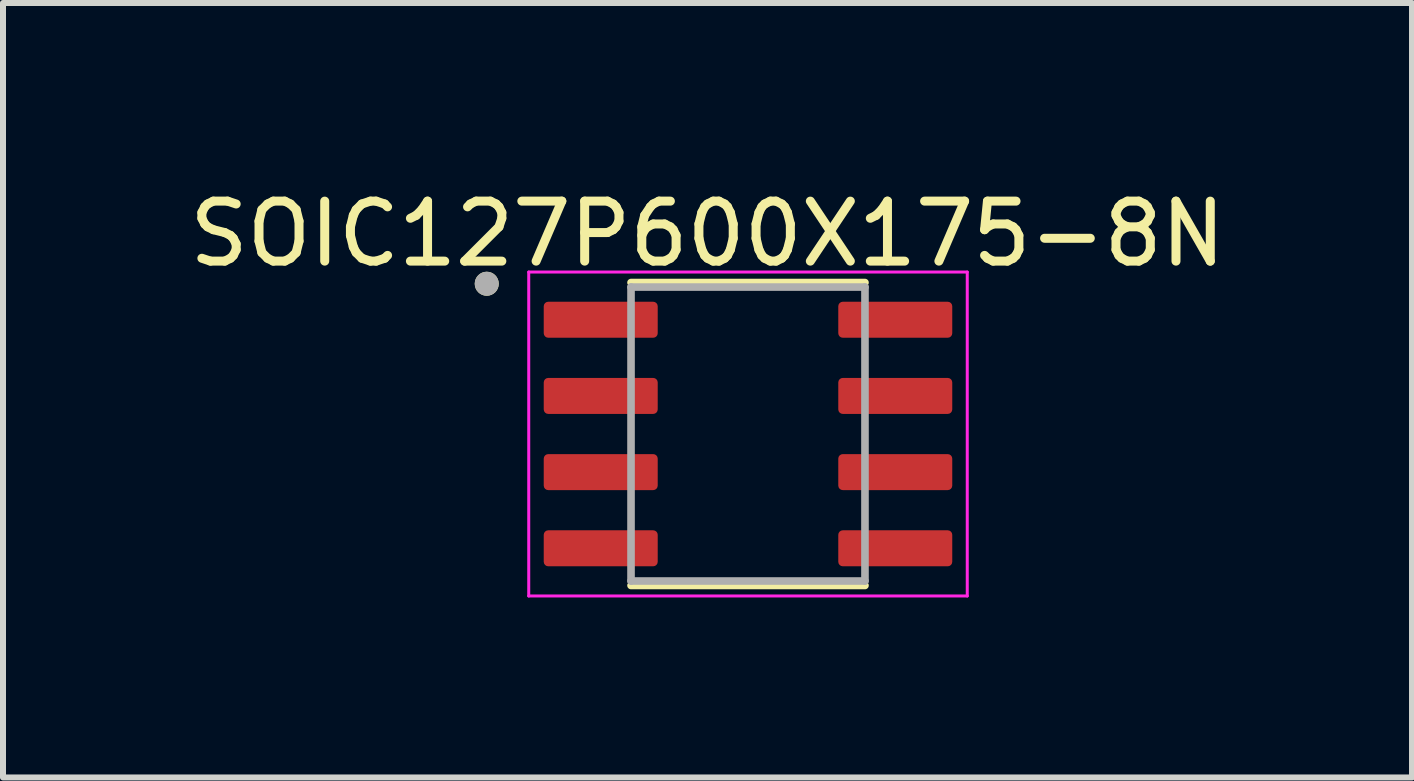
<source format=kicad_pcb>
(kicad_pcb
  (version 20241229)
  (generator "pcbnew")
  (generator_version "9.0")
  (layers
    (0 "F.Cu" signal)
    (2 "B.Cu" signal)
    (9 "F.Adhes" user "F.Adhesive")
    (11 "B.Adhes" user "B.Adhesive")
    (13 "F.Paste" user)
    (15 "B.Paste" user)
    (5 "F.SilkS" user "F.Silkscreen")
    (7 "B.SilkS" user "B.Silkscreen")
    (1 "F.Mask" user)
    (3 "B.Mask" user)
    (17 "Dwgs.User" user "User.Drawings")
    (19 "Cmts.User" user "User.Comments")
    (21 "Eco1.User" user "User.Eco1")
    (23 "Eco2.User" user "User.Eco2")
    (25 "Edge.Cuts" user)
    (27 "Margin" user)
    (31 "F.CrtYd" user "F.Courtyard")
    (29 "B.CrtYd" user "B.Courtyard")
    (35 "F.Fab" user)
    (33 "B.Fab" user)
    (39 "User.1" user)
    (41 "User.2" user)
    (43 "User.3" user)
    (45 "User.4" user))
  (footprint "SOIC127P600X175-8N"
    (layer "F.Cu")
    (at 9.419 4.185)
    (property "Reference" "SOIC127P600X175-8N" (at -0.675 -3.337 0) (layer "F.SilkS") (effects (font (size 1 1) (thickness 0.15))))
    (attr smd)
    (fp_line (start -1.95 -2.525) (end 1.95 -2.525) (stroke (width 0.127) (type solid)) (layer "F.SilkS"))
    (fp_line (start -1.95 2.525) (end 1.95 2.525) (stroke (width 0.127) (type solid)) (layer "F.SilkS"))
    (fp_circle (center -4.355 -2.505) (end -4.255 -2.505) (stroke (width 0.2) (type solid)) (fill no) (layer "F.SilkS"))
    (fp_line (start -3.655 -2.7) (end -3.655 2.7) (stroke (width 0.05) (type solid)) (layer "F.CrtYd"))
    (fp_line (start -3.655 -2.7) (end 3.655 -2.7) (stroke (width 0.05) (type solid)) (layer "F.CrtYd"))
    (fp_line (start -3.655 2.7) (end 3.655 2.7) (stroke (width 0.05) (type solid)) (layer "F.CrtYd"))
    (fp_line (start 3.655 -2.7) (end 3.655 2.7) (stroke (width 0.05) (type solid)) (layer "F.CrtYd"))
    (fp_line (start -1.95 -2.45) (end -1.95 2.45) (stroke (width 0.127) (type solid)) (layer "F.Fab"))
    (fp_line (start -1.95 -2.45) (end 1.95 -2.45) (stroke (width 0.127) (type solid)) (layer "F.Fab"))
    (fp_line (start -1.95 2.45) (end 1.95 2.45) (stroke (width 0.127) (type solid)) (layer "F.Fab"))
    (fp_line (start 1.95 -2.45) (end 1.95 2.45) (stroke (width 0.127) (type solid)) (layer "F.Fab"))
    (fp_circle (center -4.355 -2.505) (end -4.255 -2.505) (stroke (width 0.2) (type solid)) (fill no) (layer "F.Fab"))
    (pad "1" smd roundrect (at -2.455 -1.905) (size 1.9 0.6) (layers "F.Cu" "F.Mask" "F.Paste") (roundrect_rratio 0.125))
    (pad "2" smd roundrect (at -2.455 -0.635) (size 1.9 0.6) (layers "F.Cu" "F.Mask" "F.Paste") (roundrect_rratio 0.125))
    (pad "3" smd roundrect (at -2.455 0.635) (size 1.9 0.6) (layers "F.Cu" "F.Mask" "F.Paste") (roundrect_rratio 0.125))
    (pad "4" smd roundrect (at -2.455 1.905) (size 1.9 0.6) (layers "F.Cu" "F.Mask" "F.Paste") (roundrect_rratio 0.125))
    (pad "5" smd roundrect (at 2.455 1.905) (size 1.9 0.6) (layers "F.Cu" "F.Mask" "F.Paste") (roundrect_rratio 0.125))
    (pad "6" smd roundrect (at 2.455 0.635) (size 1.9 0.6) (layers "F.Cu" "F.Mask" "F.Paste") (roundrect_rratio 0.125))
    (pad "7" smd roundrect (at 2.455 -0.635) (size 1.9 0.6) (layers "F.Cu" "F.Mask" "F.Paste") (roundrect_rratio 0.125))
    (pad "8" smd roundrect (at 2.455 -1.905) (size 1.9 0.6) (layers "F.Cu" "F.Mask" "F.Paste") (roundrect_rratio 0.125)))
  (gr_rect
    (start -3 -3)
    (end 20.488 9.91)
    (stroke (width 0.1) (type default))
    (fill no)
    (layer "Edge.Cuts")))
</source>
